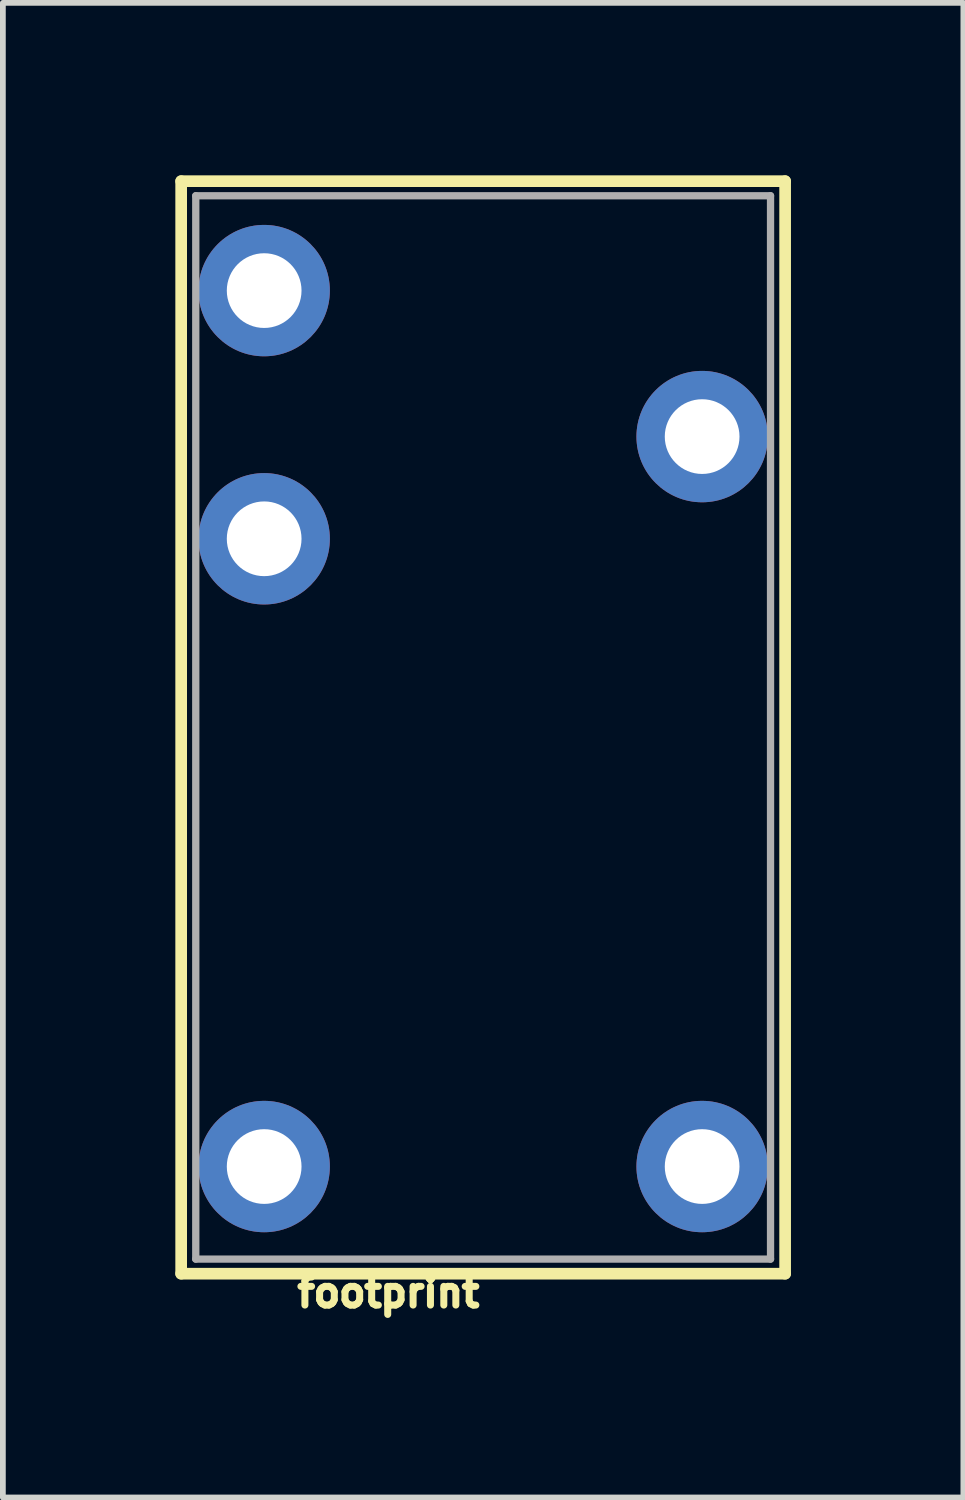
<source format=kicad_pcb>
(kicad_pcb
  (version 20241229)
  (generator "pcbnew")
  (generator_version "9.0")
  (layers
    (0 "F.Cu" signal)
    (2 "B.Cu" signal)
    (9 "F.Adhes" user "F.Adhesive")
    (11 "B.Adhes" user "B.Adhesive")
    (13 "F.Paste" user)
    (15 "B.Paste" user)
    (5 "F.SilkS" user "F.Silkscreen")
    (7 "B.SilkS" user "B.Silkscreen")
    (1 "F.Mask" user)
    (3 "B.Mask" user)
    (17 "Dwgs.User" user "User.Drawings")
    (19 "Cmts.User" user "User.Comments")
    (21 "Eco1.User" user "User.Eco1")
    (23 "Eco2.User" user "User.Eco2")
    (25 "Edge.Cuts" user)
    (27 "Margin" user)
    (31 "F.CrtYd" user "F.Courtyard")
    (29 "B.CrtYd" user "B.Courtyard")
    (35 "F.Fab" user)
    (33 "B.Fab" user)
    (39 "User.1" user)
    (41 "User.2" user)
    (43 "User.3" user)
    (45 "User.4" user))
  (footprint "footprint"
    (layer "F.Cu")
    (at 5.356 8.356)
    (property "Reference" "footprint" (at 0 10.795 0) (layer "F.SilkS") (effects (font (size 0.488 0.488) (thickness 0.122)) (justify right top)))
    (fp_line (start -5.254 -8.254) (end 5.254 -8.254) (stroke (width 0.203) (type solid)) (layer "F.SilkS"))
    (fp_line (start -5.254 10.754) (end -5.254 -8.254) (stroke (width 0.203) (type solid)) (layer "F.SilkS"))
    (fp_line (start 5.254 -8.254) (end 5.254 10.754) (stroke (width 0.203) (type solid)) (layer "F.SilkS"))
    (fp_line (start 5.254 10.754) (end -5.254 10.754) (stroke (width 0.203) (type solid)) (layer "F.SilkS"))
    (fp_line (start -5 -8) (end 5 -8) (stroke (width 0.127) (type solid)) (layer "F.Fab"))
    (fp_line (start -5 10.5) (end -5 -8) (stroke (width 0.127) (type solid)) (layer "F.Fab"))
    (fp_line (start 5 -8) (end 5 10.5) (stroke (width 0.127) (type solid)) (layer "F.Fab"))
    (fp_line (start 5 10.5) (end -5 10.5) (stroke (width 0.127) (type solid)) (layer "F.Fab"))
    (pad "1" thru_hole circle (at 3.81 8.89 270) (size 2.286 2.286) (drill 1.3) (layers "*.Cu" "*.Mask"))
    (pad "2" thru_hole circle (at -3.81 -2.032 270) (size 2.286 2.286) (drill 1.3) (layers "*.Cu" "*.Mask"))
    (pad "3" thru_hole circle (at -3.81 -6.35 270) (size 2.286 2.286) (drill 1.3) (layers "*.Cu" "*.Mask"))
    (pad "4" thru_hole circle (at 3.81 -3.81 270) (size 2.286 2.286) (drill 1.3) (layers "*.Cu" "*.Mask"))
    (pad "5" thru_hole circle (at -3.81 8.89 270) (size 2.286 2.286) (drill 1.3) (layers "*.Cu" "*.Mask")))
  (gr_rect
    (start -3 -3)
    (end 13.711 23.004)
    (stroke (width 0.1) (type default))
    (fill no)
    (layer "Edge.Cuts")))
</source>
